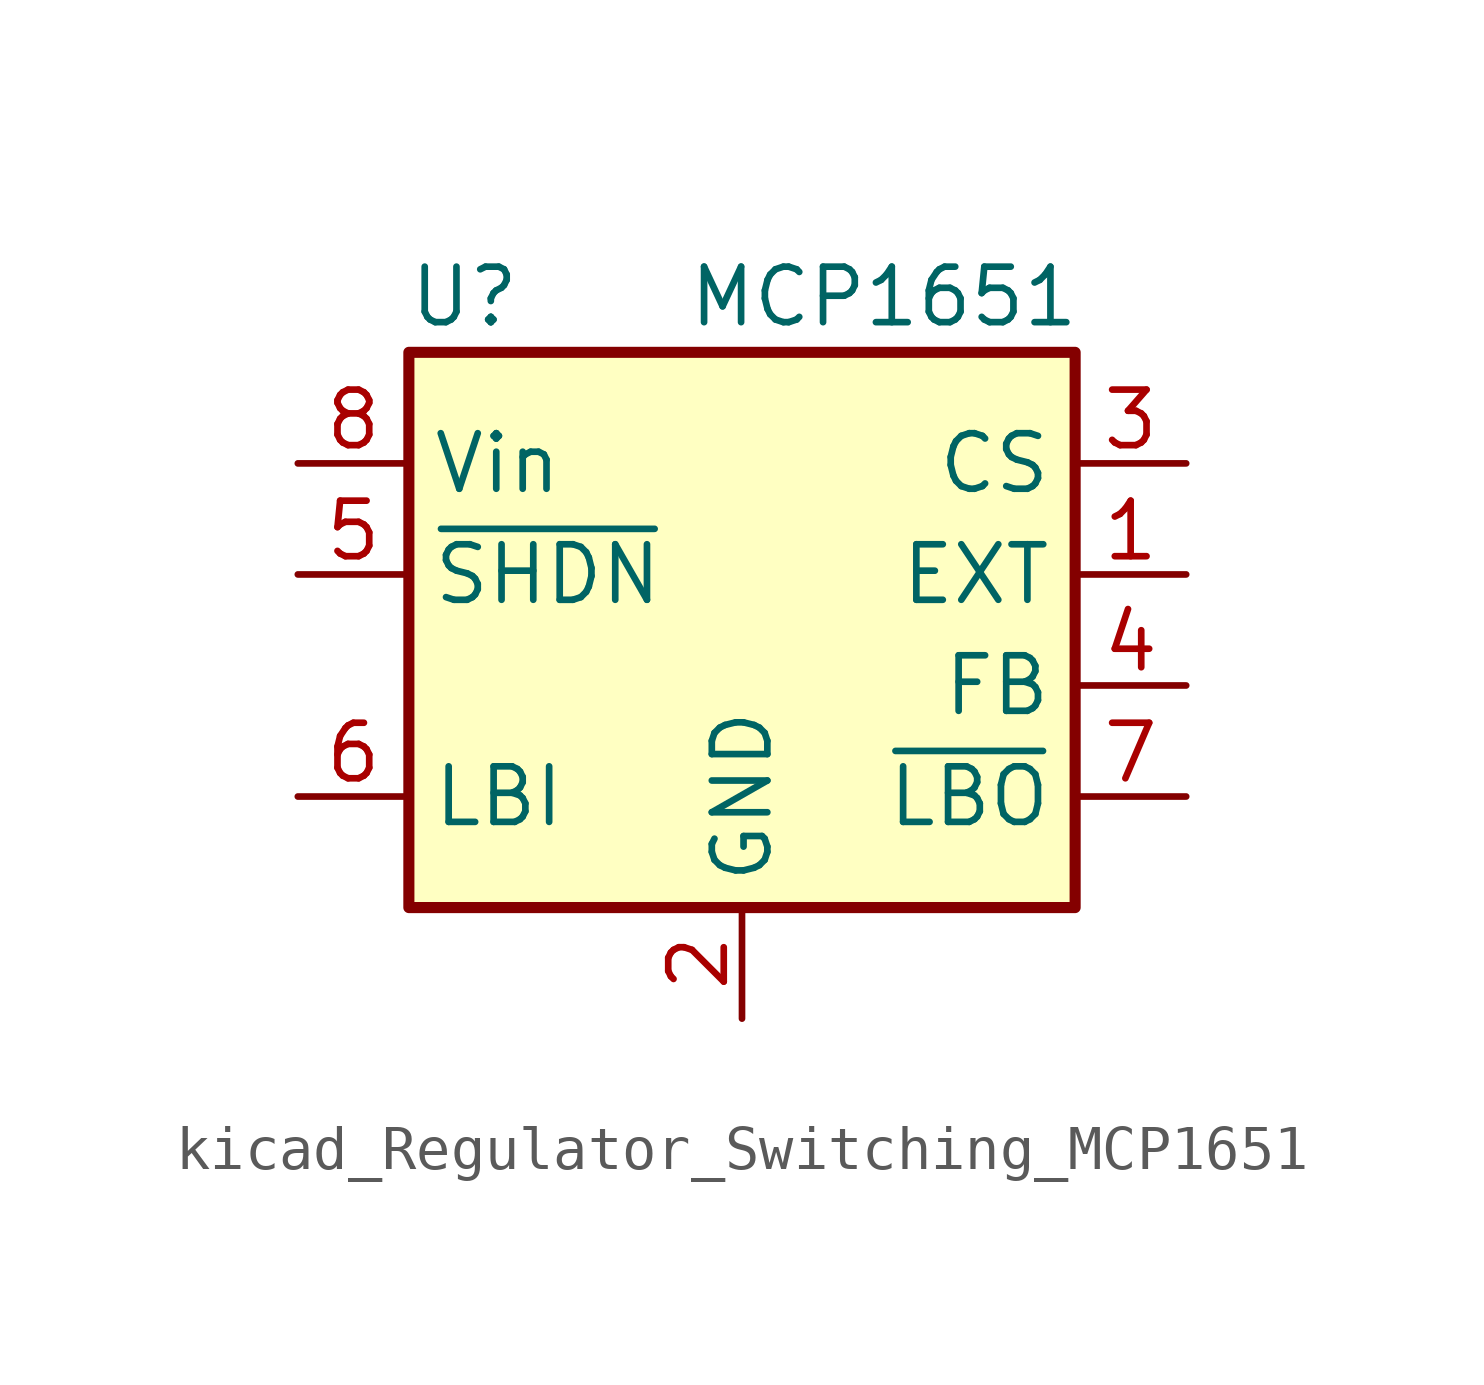
<source format=kicad_sym>
(kicad_symbol_lib
  (version 20220914)
  (generator kicad_symbol_editor)
  (symbol "kicad_Regulator_Switching_MCP1651"
    (property "Reference" "U"
      (at -6.35 6.35 0)
      (effects (font (size 1.27 1.27))))
    (property "Value" "MCP1651"
      (at -1.27 6.35 0)
      (effects (font (size 1.27 1.27)) (justify left)))
    (symbol "kicad_Regulator_Switching_MCP1651_0_1"
      (rectangle (start -7.62 5.08) (end 7.62 -7.62) (stroke (width 0.254) (type default)) (fill (type background))))
    (symbol "kicad_Regulator_Switching_MCP1651_1_1"
      (pin open_emitter line (at 10.16 0 180) (length 2.54) (name "EXT" (effects (font (size 1.27 1.27)))) (number "1" (effects (font (size 1.27 1.27)))))
      (pin power_in line (at 0 -10.16 90) (length 2.54) (name "GND" (effects (font (size 1.27 1.27)))) (number "2" (effects (font (size 1.27 1.27)))))
      (pin input line (at 10.16 2.54 180) (length 2.54) (name "CS" (effects (font (size 1.27 1.27)))) (number "3" (effects (font (size 1.27 1.27)))))
      (pin input line (at 10.16 -2.54 180) (length 2.54) (name "FB" (effects (font (size 1.27 1.27)))) (number "4" (effects (font (size 1.27 1.27)))))
      (pin input line (at -10.16 0 0) (length 2.54) (name "~{SHDN}" (effects (font (size 1.27 1.27)))) (number "5" (effects (font (size 1.27 1.27)))))
      (pin input line (at -10.16 -5.08 0) (length 2.54) (name "LBI" (effects (font (size 1.27 1.27)))) (number "6" (effects (font (size 1.27 1.27)))))
      (pin output line (at 10.16 -5.08 180) (length 2.54) (name "~{LBO}" (effects (font (size 1.27 1.27)))) (number "7" (effects (font (size 1.27 1.27)))))
      (pin power_in line (at -10.16 2.54 0) (length 2.54) (name "Vin" (effects (font (size 1.27 1.27)))) (number "8" (effects (font (size 1.27 1.27))))))))
</source>
